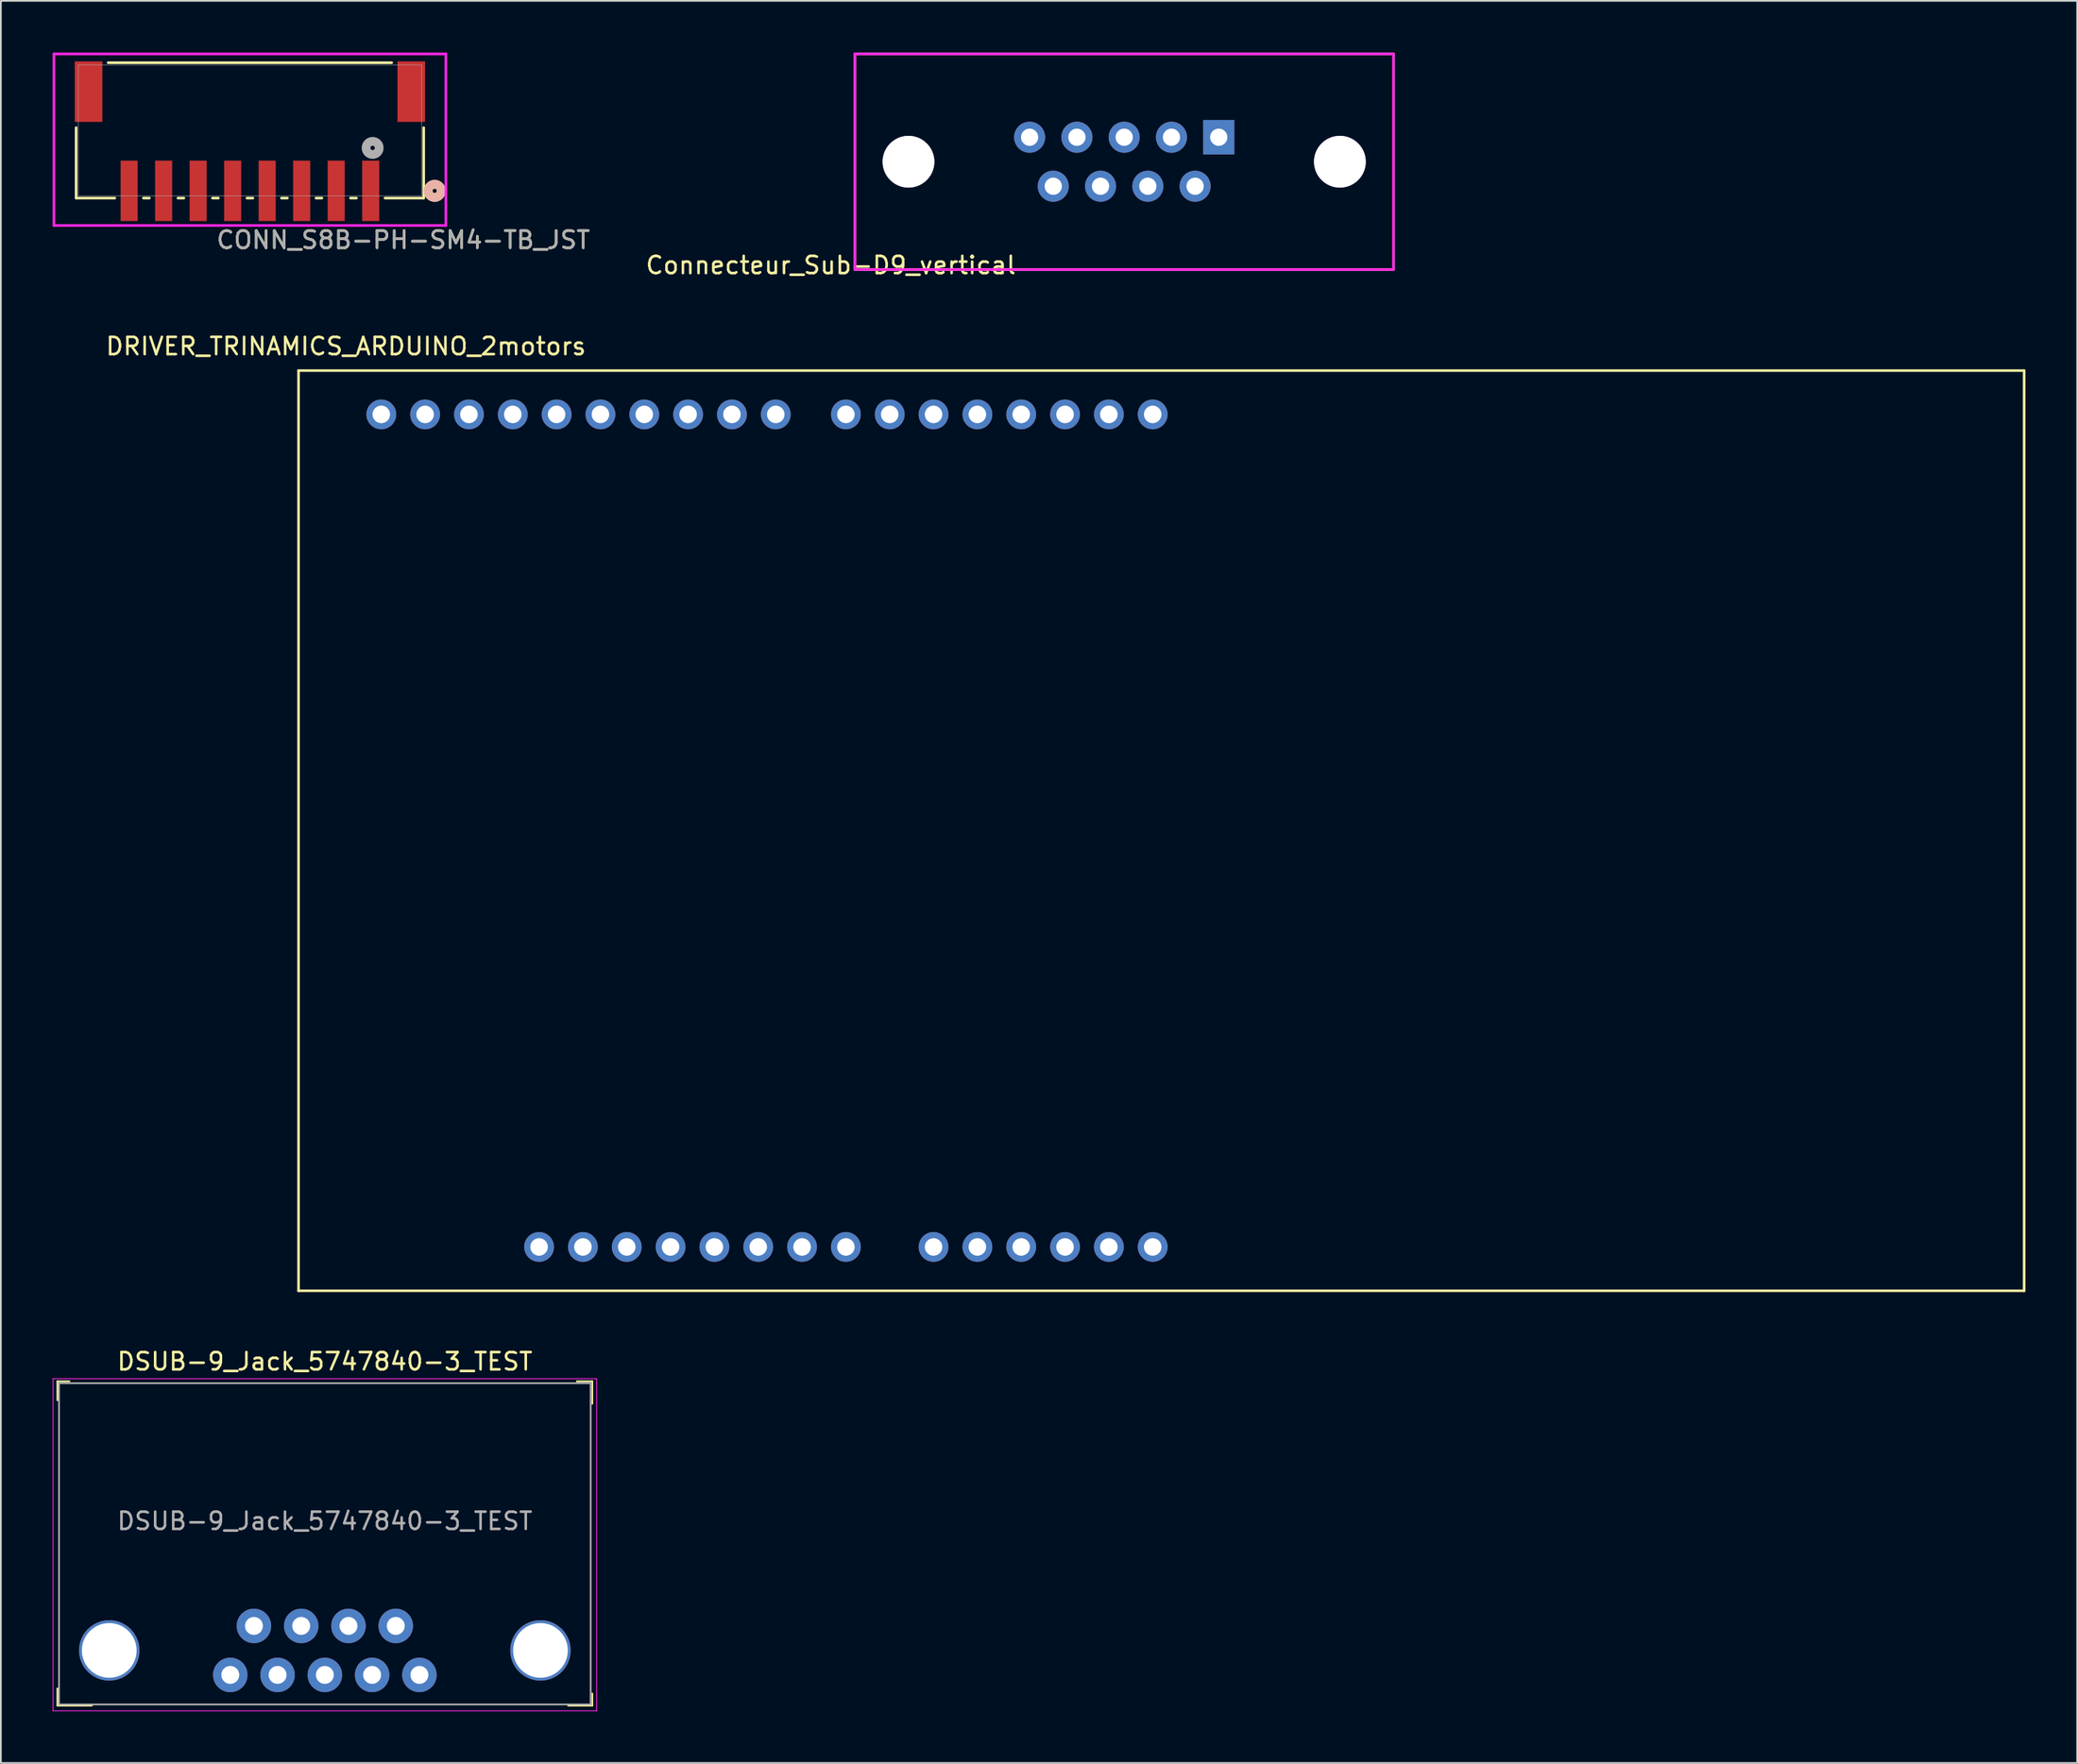
<source format=kicad_pcb>
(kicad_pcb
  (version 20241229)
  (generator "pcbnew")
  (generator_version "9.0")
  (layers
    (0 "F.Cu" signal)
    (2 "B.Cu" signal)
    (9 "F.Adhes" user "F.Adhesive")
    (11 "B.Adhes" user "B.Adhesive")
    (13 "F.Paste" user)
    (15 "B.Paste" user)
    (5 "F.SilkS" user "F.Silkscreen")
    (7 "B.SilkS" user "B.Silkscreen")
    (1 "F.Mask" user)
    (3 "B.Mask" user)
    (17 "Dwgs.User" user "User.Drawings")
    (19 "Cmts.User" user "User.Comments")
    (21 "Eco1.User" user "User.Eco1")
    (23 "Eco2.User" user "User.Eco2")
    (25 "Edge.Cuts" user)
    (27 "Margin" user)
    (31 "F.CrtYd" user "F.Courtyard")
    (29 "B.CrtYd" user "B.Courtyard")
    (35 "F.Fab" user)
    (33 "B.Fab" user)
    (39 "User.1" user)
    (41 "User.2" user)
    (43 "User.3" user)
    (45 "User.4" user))
  (footprint "DSUB-9_Jack_5747840-3_TEST"
    (layer "F.Cu")
    (at 15.775 92.62)
    (property "Reference" "DSUB-9_Jack_5747840-3_TEST" (at 0 -16.75 0) (layer "F.SilkS") (effects (font (size 1 1) (thickness 0.15))))
    (attr through_hole)
    (fp_line (start -15.5 -15.6) (end -15.5 -14.5) (stroke (width 0.1) (type solid)) (layer "F.SilkS"))
    (fp_line (start -15.5 2.2) (end -15.5 3.2) (stroke (width 0.1) (type solid)) (layer "F.SilkS"))
    (fp_line (start -15.5 3.2) (end -13.5 3.2) (stroke (width 0.1) (type solid)) (layer "F.SilkS"))
    (fp_line (start -14.8 -15.6) (end -15.5 -15.6) (stroke (width 0.1) (type solid)) (layer "F.SilkS"))
    (fp_line (start 14.6 -15.6) (end 15.5 -15.6) (stroke (width 0.1) (type solid)) (layer "F.SilkS"))
    (fp_line (start 15.5 -15.6) (end 15.5 -14.3) (stroke (width 0.1) (type solid)) (layer "F.SilkS"))
    (fp_line (start 15.5 2.5) (end 15.5 3.2) (stroke (width 0.1) (type solid)) (layer "F.SilkS"))
    (fp_line (start 15.5 3.2) (end 14.1 3.2) (stroke (width 0.1) (type solid)) (layer "F.SilkS"))
    (fp_line (start -15.75 -15.75) (end -15.75 3.5) (stroke (width 0.05) (type solid)) (layer "F.CrtYd"))
    (fp_line (start -15.75 -15.75) (end 15.75 -15.75) (stroke (width 0.05) (type solid)) (layer "F.CrtYd"))
    (fp_line (start -15.75 3.5) (end 15.75 3.5) (stroke (width 0.05) (type solid)) (layer "F.CrtYd"))
    (fp_line (start 15.75 -15.75) (end 15.75 3.5) (stroke (width 0.05) (type solid)) (layer "F.CrtYd"))
    (fp_line (start -15.405 -15.49) (end -15.405 3.13) (stroke (width 0.1) (type solid)) (layer "F.Fab"))
    (fp_line (start -15.405 -15.49) (end 15.405 -15.49) (stroke (width 0.1) (type solid)) (layer "F.Fab"))
    (fp_line (start -15.405 3.13) (end 15.405 3.13) (stroke (width 0.1) (type solid)) (layer "F.Fab"))
    (fp_line (start 15.405 -15.49) (end 15.405 3.13) (stroke (width 0.1) (type solid)) (layer "F.Fab"))
    (fp_text user "${REFERENCE}" (at 0 -7.5 0) (layer "F.Fab") (effects (font (size 1 1) (thickness 0.15))))
    (pad "1" thru_hole circle (at 5.48 1.42) (size 2 2) (drill 1.04) (layers "*.Cu" "*.Mask"))
    (pad "2" thru_hole circle (at 2.74 1.42) (size 2 2) (drill 1.04) (layers "*.Cu" "*.Mask"))
    (pad "3" thru_hole circle (at 0 1.42) (size 2 2) (drill 1.04) (layers "*.Cu" "*.Mask"))
    (pad "4" thru_hole circle (at -2.74 1.42) (size 2 2) (drill 1.04) (layers "*.Cu" "*.Mask"))
    (pad "5" thru_hole circle (at -5.48 1.42) (size 2 2) (drill 1.04) (layers "*.Cu" "*.Mask"))
    (pad "6" thru_hole circle (at 4.11 -1.42) (size 2 2) (drill 1.04) (layers "*.Cu" "*.Mask"))
    (pad "7" thru_hole circle (at 1.37 -1.42) (size 2 2) (drill 1.04) (layers "*.Cu" "*.Mask"))
    (pad "8" thru_hole circle (at -1.37 -1.42) (size 2 2) (drill 1.04) (layers "*.Cu" "*.Mask"))
    (pad "9" thru_hole circle (at -4.11 -1.42) (size 2 2) (drill 1.04) (layers "*.Cu" "*.Mask"))
    (pad "10" thru_hole circle (at -12.495 0) (size 3.5 3.5) (drill 3.17) (layers "*.Cu" "*.Mask"))
    (pad "10" thru_hole circle (at 12.495 0) (size 3.5 3.5) (drill 3.17) (layers "*.Cu" "*.Mask")))
  (footprint "Connecteur_Sub-D9_vertical"
    (layer "F.Cu")
    (at 62.097 6.325)
    (property "Reference" "Connecteur_Sub-D9_vertical" (at -17 6 0) (layer "F.SilkS") (effects (font (size 1 1) (thickness 0.15))))
    (attr through_hole)
    (fp_line (start -15.6 -6.25) (end -15.6 6.25) (stroke (width 0.15) (type solid)) (layer "F.SilkS"))
    (fp_line (start -15.6 -6.25) (end 15.6 -6.25) (stroke (width 0.15) (type solid)) (layer "F.SilkS"))
    (fp_line (start -15.6 6.25) (end 15.6 6.25) (stroke (width 0.15) (type solid)) (layer "F.SilkS"))
    (fp_line (start 15.6 -6.25) (end 15.6 6.25) (stroke (width 0.15) (type solid)) (layer "F.SilkS"))
    (fp_line (start -15.6 -6.25) (end -15.6 6.25) (stroke (width 0.15) (type solid)) (layer "F.CrtYd"))
    (fp_line (start -15.6 -6.25) (end 15.6 -6.25) (stroke (width 0.15) (type solid)) (layer "F.CrtYd"))
    (fp_line (start -15.6 6.25) (end 15.6 6.25) (stroke (width 0.15) (type solid)) (layer "F.CrtYd"))
    (fp_line (start 15.6 -6.25) (end 15.6 6.25) (stroke (width 0.15) (type solid)) (layer "F.CrtYd"))
    (pad "" thru_hole circle (at -12.5 0) (size 3 3) (drill 3) (layers "*.Cu" "*.Mask"))
    (pad "" thru_hole circle (at 12.5 0) (size 3 3) (drill 3) (layers "*.Cu" "*.Mask"))
    (pad "1" thru_hole rect (at 5.48 -1.42) (size 1.8 2) (drill 1) (layers "*.Cu" "*.Mask"))
    (pad "2" thru_hole circle (at 2.74 -1.42) (size 1.8 1.8) (drill 1) (layers "*.Cu" "*.Mask"))
    (pad "3" thru_hole circle (at 0 -1.42) (size 1.8 1.8) (drill 1) (layers "*.Cu" "*.Mask"))
    (pad "4" thru_hole circle (at -2.74 -1.42) (size 1.8 1.8) (drill 1) (layers "*.Cu" "*.Mask"))
    (pad "5" thru_hole circle (at -5.48 -1.42) (size 1.8 1.8) (drill 1) (layers "*.Cu" "*.Mask"))
    (pad "6" thru_hole circle (at 4.11 1.42) (size 1.8 1.8) (drill 1) (layers "*.Cu" "*.Mask"))
    (pad "7" thru_hole circle (at 1.37 1.42) (size 1.8 1.8) (drill 1) (layers "*.Cu" "*.Mask"))
    (pad "8" thru_hole circle (at -1.37 1.42) (size 1.8 1.8) (drill 1) (layers "*.Cu" "*.Mask"))
    (pad "9" thru_hole circle (at -4.11 1.42) (size 1.8 1.8) (drill 1) (layers "*.Cu" "*.Mask")))
  (footprint "CONN_S8B-PH-SM4-TB_JST"
    (layer "F.Cu")
    (at 11.433 4.508)
    (property "Reference" "CONN_S8B-PH-SM4-TB_JST" (at 8.89 6.35 0) (unlocked yes) (layer "F.SilkS") (effects (font (size 1 1) (thickness 0.15))))
    (attr smd)
    (fp_line (start -10.071 -0.159) (end -10.071 3.924) (stroke (width 0.152) (type solid)) (layer "F.SilkS"))
    (fp_line (start -10.071 3.924) (end -7.828 3.924) (stroke (width 0.152) (type solid)) (layer "F.SilkS"))
    (fp_line (start -6.172 3.924) (end -5.828 3.924) (stroke (width 0.152) (type solid)) (layer "F.SilkS"))
    (fp_line (start -4.172 3.924) (end -3.828 3.924) (stroke (width 0.152) (type solid)) (layer "F.SilkS"))
    (fp_line (start -2.172 3.924) (end -1.828 3.924) (stroke (width 0.152) (type solid)) (layer "F.SilkS"))
    (fp_line (start -0.172 3.924) (end 0.172 3.924) (stroke (width 0.152) (type solid)) (layer "F.SilkS"))
    (fp_line (start 1.828 3.924) (end 2.172 3.924) (stroke (width 0.152) (type solid)) (layer "F.SilkS"))
    (fp_line (start 3.828 3.924) (end 4.172 3.924) (stroke (width 0.152) (type solid)) (layer "F.SilkS"))
    (fp_line (start 5.828 3.924) (end 6.172 3.924) (stroke (width 0.152) (type solid)) (layer "F.SilkS"))
    (fp_line (start 7.828 3.924) (end 10.071 3.924) (stroke (width 0.152) (type solid)) (layer "F.SilkS"))
    (fp_line (start 8.217 -3.924) (end -8.217 -3.924) (stroke (width 0.152) (type solid)) (layer "F.SilkS"))
    (fp_line (start 10.071 3.924) (end 10.071 -0.159) (stroke (width 0.152) (type solid)) (layer "F.SilkS"))
    (fp_circle (center 10.706 3.505) (end 11.087 3.505) (stroke (width 0.508) (type solid)) (fill no) (layer "F.SilkS"))
    (fp_circle (center 10.706 3.505) (end 11.087 3.505) (stroke (width 0.508) (type solid)) (fill no) (layer "B.SilkS"))
    (fp_line (start -11.357 -4.432) (end -11.357 5.512) (stroke (width 0.152) (type solid)) (layer "F.CrtYd"))
    (fp_line (start -11.357 5.512) (end 11.357 5.512) (stroke (width 0.152) (type solid)) (layer "F.CrtYd"))
    (fp_line (start 11.357 -4.432) (end -11.357 -4.432) (stroke (width 0.152) (type solid)) (layer "F.CrtYd"))
    (fp_line (start 11.357 5.512) (end 11.357 -4.432) (stroke (width 0.152) (type solid)) (layer "F.CrtYd"))
    (fp_line (start -9.944 -3.797) (end -9.944 3.797) (stroke (width 0.025) (type solid)) (layer "F.Fab"))
    (fp_line (start -9.944 3.797) (end 9.944 3.797) (stroke (width 0.025) (type solid)) (layer "F.Fab"))
    (fp_line (start 9.944 -3.797) (end -9.944 -3.797) (stroke (width 0.025) (type solid)) (layer "F.Fab"))
    (fp_line (start 9.944 3.797) (end 9.944 -3.797) (stroke (width 0.025) (type solid)) (layer "F.Fab"))
    (fp_circle (center 7.112 1.016) (end 7.493 1.016) (stroke (width 0.508) (type solid)) (fill no) (layer "F.Fab"))
    (fp_text user "${REFERENCE}" (at 8.89 6.35 0) (unlocked yes) (layer "F.Fab") (effects (font (size 1 1) (thickness 0.15))))
    (pad "1" smd rect (at 7 3.505) (size 0.991 3.505) (layers "F.Cu" "F.Mask" "F.Paste"))
    (pad "2" smd rect (at 5 3.505) (size 0.991 3.505) (layers "F.Cu" "F.Mask" "F.Paste"))
    (pad "3" smd rect (at 3 3.505) (size 0.991 3.505) (layers "F.Cu" "F.Mask" "F.Paste"))
    (pad "4" smd rect (at 1 3.505) (size 0.991 3.505) (layers "F.Cu" "F.Mask" "F.Paste"))
    (pad "5" smd rect (at -1 3.505) (size 0.991 3.505) (layers "F.Cu" "F.Mask" "F.Paste"))
    (pad "6" smd rect (at -3 3.505) (size 0.991 3.505) (layers "F.Cu" "F.Mask" "F.Paste"))
    (pad "7" smd rect (at -5 3.505) (size 0.991 3.505) (layers "F.Cu" "F.Mask" "F.Paste"))
    (pad "8" smd rect (at -7 3.505) (size 0.991 3.505) (layers "F.Cu" "F.Mask" "F.Paste"))
    (pad "9" smd rect (at -9.35 -2.245 90) (size 3.505 1.6) (layers "F.Cu" "F.Mask" "F.Paste"))
    (pad "10" smd rect (at 9.35 -2.245 90) (size 3.505 1.6) (layers "F.Cu" "F.Mask" "F.Paste")))
  (footprint "DRIVER_TRINAMICS_ARDUINO_2motors"
    (layer "F.Cu")
    (at 0.25 71.772)
    (property "Reference" "DRIVER_TRINAMICS_ARDUINO_2motors" (at 16.75 -54.75 0) (layer "F.SilkS") (effects (font (size 1 1) (thickness 0.15))))
    (attr through_hole)
    (fp_line (start 14 -53.34) (end 14 0) (stroke (width 0.15) (type solid)) (layer "F.SilkS"))
    (fp_line (start 14 -53.34) (end 114 -53.34) (stroke (width 0.15) (type solid)) (layer "F.SilkS"))
    (fp_line (start 14 0) (end 114 0) (stroke (width 0.15) (type solid)) (layer "F.SilkS"))
    (fp_line (start 114 -53.34) (end 114 0) (stroke (width 0.15) (type solid)) (layer "F.SilkS"))
    (pad "" thru_hole oval (at 27.94 -2.54) (size 1.727 1.727) (drill 1.016) (layers "*.Cu" "*.Mask"))
    (pad "3V3" thru_hole oval (at 35.56 -2.54) (size 1.727 1.727) (drill 1.016) (layers "*.Cu" "*.Mask"))
    (pad "5V1" thru_hole oval (at 38.1 -2.54) (size 1.727 1.727) (drill 1.016) (layers "*.Cu" "*.Mask"))
    (pad "A0" thru_hole oval (at 50.8 -2.54) (size 1.727 1.727) (drill 1.016) (layers "*.Cu" "*.Mask"))
    (pad "A1" thru_hole oval (at 53.34 -2.54) (size 1.727 1.727) (drill 1.016) (layers "*.Cu" "*.Mask"))
    (pad "A2" thru_hole oval (at 55.88 -2.54) (size 1.727 1.727) (drill 1.016) (layers "*.Cu" "*.Mask"))
    (pad "A3" thru_hole oval (at 58.42 -2.54) (size 1.727 1.727) (drill 1.016) (layers "*.Cu" "*.Mask"))
    (pad "A4" thru_hole oval (at 60.96 -2.54) (size 1.727 1.727) (drill 1.016) (layers "*.Cu" "*.Mask"))
    (pad "A5" thru_hole oval (at 63.5 -2.54) (size 1.727 1.727) (drill 1.016) (layers "*.Cu" "*.Mask"))
    (pad "AREF" thru_hole oval (at 23.876 -50.8) (size 1.727 1.727) (drill 1.016) (layers "*.Cu" "*.Mask"))
    (pad "D0" thru_hole oval (at 63.5 -50.8) (size 1.727 1.727) (drill 1.016) (layers "*.Cu" "*.Mask"))
    (pad "D1" thru_hole oval (at 60.96 -50.8) (size 1.727 1.727) (drill 1.016) (layers "*.Cu" "*.Mask"))
    (pad "D2" thru_hole oval (at 58.42 -50.8) (size 1.727 1.727) (drill 1.016) (layers "*.Cu" "*.Mask"))
    (pad "D3" thru_hole oval (at 55.88 -50.8) (size 1.727 1.727) (drill 1.016) (layers "*.Cu" "*.Mask"))
    (pad "D4" thru_hole oval (at 53.34 -50.8) (size 1.727 1.727) (drill 1.016) (layers "*.Cu" "*.Mask"))
    (pad "D5" thru_hole oval (at 50.8 -50.8) (size 1.727 1.727) (drill 1.016) (layers "*.Cu" "*.Mask"))
    (pad "D6" thru_hole oval (at 48.26 -50.8) (size 1.727 1.727) (drill 1.016) (layers "*.Cu" "*.Mask"))
    (pad "D7" thru_hole oval (at 45.72 -50.8) (size 1.727 1.727) (drill 1.016) (layers "*.Cu" "*.Mask"))
    (pad "D8" thru_hole oval (at 41.656 -50.8) (size 1.727 1.727) (drill 1.016) (layers "*.Cu" "*.Mask"))
    (pad "D9" thru_hole oval (at 39.116 -50.8) (size 1.727 1.727) (drill 1.016) (layers "*.Cu" "*.Mask"))
    (pad "D10" thru_hole oval (at 36.576 -50.8) (size 1.727 1.727) (drill 1.016) (layers "*.Cu" "*.Mask"))
    (pad "D11" thru_hole oval (at 34.036 -50.8) (size 1.727 1.727) (drill 1.016) (layers "*.Cu" "*.Mask"))
    (pad "D12" thru_hole oval (at 31.496 -50.8) (size 1.727 1.727) (drill 1.016) (layers "*.Cu" "*.Mask"))
    (pad "D13" thru_hole oval (at 28.956 -50.8) (size 1.727 1.727) (drill 1.016) (layers "*.Cu" "*.Mask"))
    (pad "GND1" thru_hole oval (at 26.416 -50.8) (size 1.727 1.727) (drill 1.016) (layers "*.Cu" "*.Mask"))
    (pad "GND2" thru_hole oval (at 40.64 -2.54) (size 1.727 1.727) (drill 1.016) (layers "*.Cu" "*.Mask"))
    (pad "GND3" thru_hole oval (at 43.18 -2.54) (size 1.727 1.727) (drill 1.016) (layers "*.Cu" "*.Mask"))
    (pad "IORF" thru_hole oval (at 30.48 -2.54) (size 1.727 1.727) (drill 1.016) (layers "*.Cu" "*.Mask"))
    (pad "RST1" thru_hole oval (at 33.02 -2.54) (size 1.727 1.727) (drill 1.016) (layers "*.Cu" "*.Mask"))
    (pad "SCL" thru_hole oval (at 18.796 -50.8) (size 1.727 1.727) (drill 1.016) (layers "*.Cu" "*.Mask"))
    (pad "SDA" thru_hole oval (at 21.336 -50.8) (size 1.727 1.727) (drill 1.016) (layers "*.Cu" "*.Mask"))
    (pad "VIN" thru_hole oval (at 45.72 -2.54) (size 1.727 1.727) (drill 1.016) (layers "*.Cu" "*.Mask")))
  (gr_rect
    (start -3 -3)
    (end 117.325 99.145)
    (stroke (width 0.1) (type default))
    (fill no)
    (layer "Edge.Cuts")))
</source>
